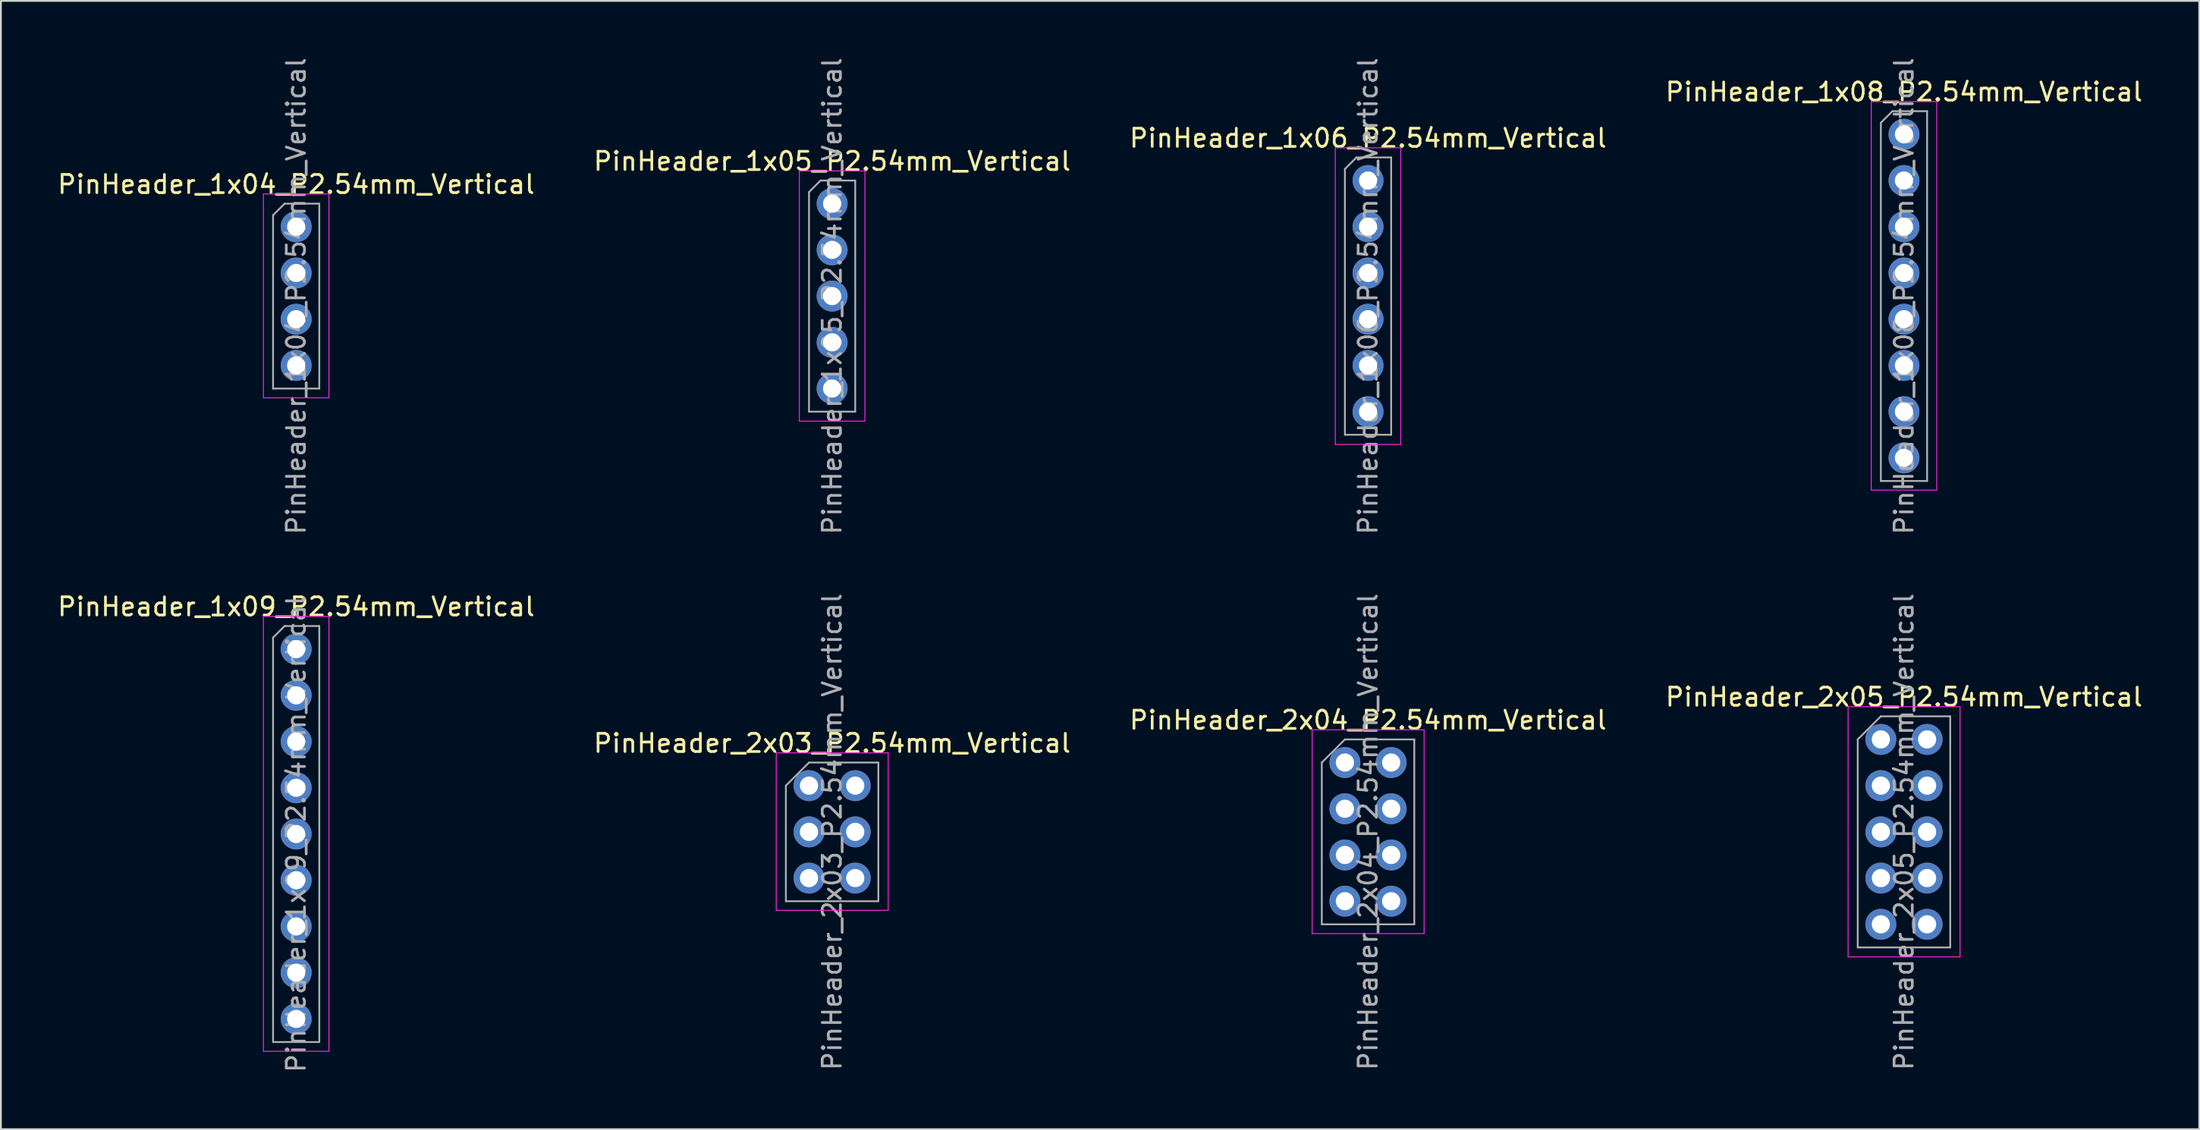
<source format=kicad_pcb>
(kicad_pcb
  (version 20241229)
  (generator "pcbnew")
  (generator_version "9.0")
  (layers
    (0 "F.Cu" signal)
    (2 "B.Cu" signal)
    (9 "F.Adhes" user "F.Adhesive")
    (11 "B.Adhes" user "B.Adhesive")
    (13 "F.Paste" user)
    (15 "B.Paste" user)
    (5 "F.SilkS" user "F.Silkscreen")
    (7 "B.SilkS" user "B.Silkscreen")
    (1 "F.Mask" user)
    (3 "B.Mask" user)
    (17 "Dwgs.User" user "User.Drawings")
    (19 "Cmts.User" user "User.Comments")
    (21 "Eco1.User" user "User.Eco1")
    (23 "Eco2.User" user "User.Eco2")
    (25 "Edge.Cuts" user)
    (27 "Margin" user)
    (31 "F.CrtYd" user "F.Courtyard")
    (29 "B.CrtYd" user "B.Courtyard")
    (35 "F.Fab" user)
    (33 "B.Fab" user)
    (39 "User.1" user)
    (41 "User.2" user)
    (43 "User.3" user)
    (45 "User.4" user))
  (footprint "PinHeader_2x05_P2.54mm_Vertical"
    (layer "F.Cu")
    (at 100.272 37.581)
    (property "Reference" "PinHeader_2x05_P2.54mm_Vertical" (at 1.27 -2.33 0) (layer "F.SilkS") (effects (font (size 1 1) (thickness 0.15))))
    (attr through_hole)
    (fp_line (start -1.8 -1.8) (end -1.8 11.95) (stroke (width 0.05) (type solid)) (layer "F.CrtYd"))
    (fp_line (start -1.8 11.95) (end 4.35 11.95) (stroke (width 0.05) (type solid)) (layer "F.CrtYd"))
    (fp_line (start 4.35 -1.8) (end -1.8 -1.8) (stroke (width 0.05) (type solid)) (layer "F.CrtYd"))
    (fp_line (start 4.35 11.95) (end 4.35 -1.8) (stroke (width 0.05) (type solid)) (layer "F.CrtYd"))
    (fp_line (start -1.27 0) (end 0 -1.27) (stroke (width 0.1) (type solid)) (layer "F.Fab"))
    (fp_line (start -1.27 11.43) (end -1.27 0) (stroke (width 0.1) (type solid)) (layer "F.Fab"))
    (fp_line (start 0 -1.27) (end 3.81 -1.27) (stroke (width 0.1) (type solid)) (layer "F.Fab"))
    (fp_line (start 3.81 -1.27) (end 3.81 11.43) (stroke (width 0.1) (type solid)) (layer "F.Fab"))
    (fp_line (start 3.81 11.43) (end -1.27 11.43) (stroke (width 0.1) (type solid)) (layer "F.Fab"))
    (fp_text user "${REFERENCE}" (at 1.27 5.08 90) (layer "F.Fab") (effects (font (size 1 1) (thickness 0.15))))
    (pad "1" thru_hole circle (at 0 0) (size 1.7 1.7) (drill 1) (layers "*.Cu" "*.Mask"))
    (pad "2" thru_hole oval (at 2.54 0) (size 1.7 1.7) (drill 1) (layers "*.Cu" "*.Mask"))
    (pad "3" thru_hole oval (at 0 2.54) (size 1.7 1.7) (drill 1) (layers "*.Cu" "*.Mask"))
    (pad "4" thru_hole oval (at 2.54 2.54) (size 1.7 1.7) (drill 1) (layers "*.Cu" "*.Mask"))
    (pad "5" thru_hole oval (at 0 5.08) (size 1.7 1.7) (drill 1) (layers "*.Cu" "*.Mask"))
    (pad "6" thru_hole oval (at 2.54 5.08) (size 1.7 1.7) (drill 1) (layers "*.Cu" "*.Mask"))
    (pad "7" thru_hole oval (at 0 7.62) (size 1.7 1.7) (drill 1) (layers "*.Cu" "*.Mask"))
    (pad "8" thru_hole oval (at 2.54 7.62) (size 1.7 1.7) (drill 1) (layers "*.Cu" "*.Mask"))
    (pad "9" thru_hole oval (at 0 10.16) (size 1.7 1.7) (drill 1) (layers "*.Cu" "*.Mask"))
    (pad "10" thru_hole oval (at 2.54 10.16) (size 1.7 1.7) (drill 1) (layers "*.Cu" "*.Mask")))
  (footprint "PinHeader_1x06_P2.54mm_Vertical"
    (layer "F.Cu")
    (at 72.101 6.87)
    (property "Reference" "PinHeader_1x06_P2.54mm_Vertical" (at 0 -2.33 0) (layer "F.SilkS") (effects (font (size 1 1) (thickness 0.15))))
    (attr through_hole)
    (fp_line (start -1.8 -1.8) (end -1.8 14.5) (stroke (width 0.05) (type solid)) (layer "F.CrtYd"))
    (fp_line (start -1.8 14.5) (end 1.8 14.5) (stroke (width 0.05) (type solid)) (layer "F.CrtYd"))
    (fp_line (start 1.8 -1.8) (end -1.8 -1.8) (stroke (width 0.05) (type solid)) (layer "F.CrtYd"))
    (fp_line (start 1.8 14.5) (end 1.8 -1.8) (stroke (width 0.05) (type solid)) (layer "F.CrtYd"))
    (fp_line (start -1.27 -0.635) (end -0.635 -1.27) (stroke (width 0.1) (type solid)) (layer "F.Fab"))
    (fp_line (start -1.27 13.97) (end -1.27 -0.635) (stroke (width 0.1) (type solid)) (layer "F.Fab"))
    (fp_line (start -0.635 -1.27) (end 1.27 -1.27) (stroke (width 0.1) (type solid)) (layer "F.Fab"))
    (fp_line (start 1.27 -1.27) (end 1.27 13.97) (stroke (width 0.1) (type solid)) (layer "F.Fab"))
    (fp_line (start 1.27 13.97) (end -1.27 13.97) (stroke (width 0.1) (type solid)) (layer "F.Fab"))
    (fp_text user "${REFERENCE}" (at 0 6.35 90) (layer "F.Fab") (effects (font (size 1 1) (thickness 0.15))))
    (pad "1" thru_hole circle (at 0 0) (size 1.7 1.7) (drill 1) (layers "*.Cu" "*.Mask"))
    (pad "2" thru_hole oval (at 0 2.54) (size 1.7 1.7) (drill 1) (layers "*.Cu" "*.Mask"))
    (pad "3" thru_hole oval (at 0 5.08) (size 1.7 1.7) (drill 1) (layers "*.Cu" "*.Mask"))
    (pad "4" thru_hole oval (at 0 7.62) (size 1.7 1.7) (drill 1) (layers "*.Cu" "*.Mask"))
    (pad "5" thru_hole oval (at 0 10.16) (size 1.7 1.7) (drill 1) (layers "*.Cu" "*.Mask"))
    (pad "6" thru_hole oval (at 0 12.7) (size 1.7 1.7) (drill 1) (layers "*.Cu" "*.Mask")))
  (footprint "PinHeader_1x05_P2.54mm_Vertical"
    (layer "F.Cu")
    (at 42.661 8.14)
    (property "Reference" "PinHeader_1x05_P2.54mm_Vertical" (at 0 -2.33 0) (layer "F.SilkS") (effects (font (size 1 1) (thickness 0.15))))
    (attr through_hole)
    (fp_line (start -1.8 -1.8) (end -1.8 11.95) (stroke (width 0.05) (type solid)) (layer "F.CrtYd"))
    (fp_line (start -1.8 11.95) (end 1.8 11.95) (stroke (width 0.05) (type solid)) (layer "F.CrtYd"))
    (fp_line (start 1.8 -1.8) (end -1.8 -1.8) (stroke (width 0.05) (type solid)) (layer "F.CrtYd"))
    (fp_line (start 1.8 11.95) (end 1.8 -1.8) (stroke (width 0.05) (type solid)) (layer "F.CrtYd"))
    (fp_line (start -1.27 -0.635) (end -0.635 -1.27) (stroke (width 0.1) (type solid)) (layer "F.Fab"))
    (fp_line (start -1.27 11.43) (end -1.27 -0.635) (stroke (width 0.1) (type solid)) (layer "F.Fab"))
    (fp_line (start -0.635 -1.27) (end 1.27 -1.27) (stroke (width 0.1) (type solid)) (layer "F.Fab"))
    (fp_line (start 1.27 -1.27) (end 1.27 11.43) (stroke (width 0.1) (type solid)) (layer "F.Fab"))
    (fp_line (start 1.27 11.43) (end -1.27 11.43) (stroke (width 0.1) (type solid)) (layer "F.Fab"))
    (fp_text user "${REFERENCE}" (at 0 5.08 90) (layer "F.Fab") (effects (font (size 1 1) (thickness 0.15))))
    (pad "1" thru_hole circle (at 0 0) (size 1.7 1.7) (drill 1) (layers "*.Cu" "*.Mask"))
    (pad "2" thru_hole oval (at 0 2.54) (size 1.7 1.7) (drill 1) (layers "*.Cu" "*.Mask"))
    (pad "3" thru_hole oval (at 0 5.08) (size 1.7 1.7) (drill 1) (layers "*.Cu" "*.Mask"))
    (pad "4" thru_hole oval (at 0 7.62) (size 1.7 1.7) (drill 1) (layers "*.Cu" "*.Mask"))
    (pad "5" thru_hole oval (at 0 10.16) (size 1.7 1.7) (drill 1) (layers "*.Cu" "*.Mask")))
  (footprint "PinHeader_1x09_P2.54mm_Vertical"
    (layer "F.Cu")
    (at 13.22 32.619)
    (property "Reference" "PinHeader_1x09_P2.54mm_Vertical" (at 0 -2.33 0) (layer "F.SilkS") (effects (font (size 1 1) (thickness 0.15))))
    (attr through_hole)
    (fp_line (start -1.8 -1.8) (end -1.8 22.1) (stroke (width 0.05) (type solid)) (layer "F.CrtYd"))
    (fp_line (start -1.8 22.1) (end 1.8 22.1) (stroke (width 0.05) (type solid)) (layer "F.CrtYd"))
    (fp_line (start 1.8 -1.8) (end -1.8 -1.8) (stroke (width 0.05) (type solid)) (layer "F.CrtYd"))
    (fp_line (start 1.8 22.1) (end 1.8 -1.8) (stroke (width 0.05) (type solid)) (layer "F.CrtYd"))
    (fp_line (start -1.27 -0.635) (end -0.635 -1.27) (stroke (width 0.1) (type solid)) (layer "F.Fab"))
    (fp_line (start -1.27 21.59) (end -1.27 -0.635) (stroke (width 0.1) (type solid)) (layer "F.Fab"))
    (fp_line (start -0.635 -1.27) (end 1.27 -1.27) (stroke (width 0.1) (type solid)) (layer "F.Fab"))
    (fp_line (start 1.27 -1.27) (end 1.27 21.59) (stroke (width 0.1) (type solid)) (layer "F.Fab"))
    (fp_line (start 1.27 21.59) (end -1.27 21.59) (stroke (width 0.1) (type solid)) (layer "F.Fab"))
    (fp_text user "${REFERENCE}" (at 0 10.16 90) (layer "F.Fab") (effects (font (size 1 1) (thickness 0.15))))
    (pad "1" thru_hole circle (at 0 0) (size 1.7 1.7) (drill 1) (layers "*.Cu" "*.Mask"))
    (pad "2" thru_hole oval (at 0 2.54) (size 1.7 1.7) (drill 1) (layers "*.Cu" "*.Mask"))
    (pad "3" thru_hole oval (at 0 5.08) (size 1.7 1.7) (drill 1) (layers "*.Cu" "*.Mask"))
    (pad "4" thru_hole oval (at 0 7.62) (size 1.7 1.7) (drill 1) (layers "*.Cu" "*.Mask"))
    (pad "5" thru_hole oval (at 0 10.16) (size 1.7 1.7) (drill 1) (layers "*.Cu" "*.Mask"))
    (pad "6" thru_hole oval (at 0 12.7) (size 1.7 1.7) (drill 1) (layers "*.Cu" "*.Mask"))
    (pad "7" thru_hole oval (at 0 15.24) (size 1.7 1.7) (drill 1) (layers "*.Cu" "*.Mask"))
    (pad "8" thru_hole oval (at 0 17.78) (size 1.7 1.7) (drill 1) (layers "*.Cu" "*.Mask"))
    (pad "9" thru_hole oval (at 0 20.32) (size 1.7 1.7) (drill 1) (layers "*.Cu" "*.Mask")))
  (footprint "PinHeader_1x04_P2.54mm_Vertical"
    (layer "F.Cu")
    (at 13.22 9.41)
    (property "Reference" "PinHeader_1x04_P2.54mm_Vertical" (at 0 -2.33 0) (layer "F.SilkS") (effects (font (size 1 1) (thickness 0.15))))
    (attr through_hole)
    (fp_line (start -1.8 -1.8) (end -1.8 9.4) (stroke (width 0.05) (type solid)) (layer "F.CrtYd"))
    (fp_line (start -1.8 9.4) (end 1.8 9.4) (stroke (width 0.05) (type solid)) (layer "F.CrtYd"))
    (fp_line (start 1.8 -1.8) (end -1.8 -1.8) (stroke (width 0.05) (type solid)) (layer "F.CrtYd"))
    (fp_line (start 1.8 9.4) (end 1.8 -1.8) (stroke (width 0.05) (type solid)) (layer "F.CrtYd"))
    (fp_line (start -1.27 -0.635) (end -0.635 -1.27) (stroke (width 0.1) (type solid)) (layer "F.Fab"))
    (fp_line (start -1.27 8.89) (end -1.27 -0.635) (stroke (width 0.1) (type solid)) (layer "F.Fab"))
    (fp_line (start -0.635 -1.27) (end 1.27 -1.27) (stroke (width 0.1) (type solid)) (layer "F.Fab"))
    (fp_line (start 1.27 -1.27) (end 1.27 8.89) (stroke (width 0.1) (type solid)) (layer "F.Fab"))
    (fp_line (start 1.27 8.89) (end -1.27 8.89) (stroke (width 0.1) (type solid)) (layer "F.Fab"))
    (fp_text user "${REFERENCE}" (at 0 3.81 90) (layer "F.Fab") (effects (font (size 1 1) (thickness 0.15))))
    (pad "1" thru_hole circle (at 0 0) (size 1.7 1.7) (drill 1) (layers "*.Cu" "*.Mask"))
    (pad "2" thru_hole oval (at 0 2.54) (size 1.7 1.7) (drill 1) (layers "*.Cu" "*.Mask"))
    (pad "3" thru_hole oval (at 0 5.08) (size 1.7 1.7) (drill 1) (layers "*.Cu" "*.Mask"))
    (pad "4" thru_hole oval (at 0 7.62) (size 1.7 1.7) (drill 1) (layers "*.Cu" "*.Mask")))
  (footprint "PinHeader_1x08_P2.54mm_Vertical"
    (layer "F.Cu")
    (at 101.542 4.33)
    (property "Reference" "PinHeader_1x08_P2.54mm_Vertical" (at 0 -2.33 0) (layer "F.SilkS") (effects (font (size 1 1) (thickness 0.15))))
    (attr through_hole)
    (fp_line (start -1.8 -1.8) (end -1.8 19.55) (stroke (width 0.05) (type solid)) (layer "F.CrtYd"))
    (fp_line (start -1.8 19.55) (end 1.8 19.55) (stroke (width 0.05) (type solid)) (layer "F.CrtYd"))
    (fp_line (start 1.8 -1.8) (end -1.8 -1.8) (stroke (width 0.05) (type solid)) (layer "F.CrtYd"))
    (fp_line (start 1.8 19.55) (end 1.8 -1.8) (stroke (width 0.05) (type solid)) (layer "F.CrtYd"))
    (fp_line (start -1.27 -0.635) (end -0.635 -1.27) (stroke (width 0.1) (type solid)) (layer "F.Fab"))
    (fp_line (start -1.27 19.05) (end -1.27 -0.635) (stroke (width 0.1) (type solid)) (layer "F.Fab"))
    (fp_line (start -0.635 -1.27) (end 1.27 -1.27) (stroke (width 0.1) (type solid)) (layer "F.Fab"))
    (fp_line (start 1.27 -1.27) (end 1.27 19.05) (stroke (width 0.1) (type solid)) (layer "F.Fab"))
    (fp_line (start 1.27 19.05) (end -1.27 19.05) (stroke (width 0.1) (type solid)) (layer "F.Fab"))
    (fp_text user "${REFERENCE}" (at 0 8.89 90) (layer "F.Fab") (effects (font (size 1 1) (thickness 0.15))))
    (pad "1" thru_hole circle (at 0 0) (size 1.7 1.7) (drill 1) (layers "*.Cu" "*.Mask"))
    (pad "2" thru_hole oval (at 0 2.54) (size 1.7 1.7) (drill 1) (layers "*.Cu" "*.Mask"))
    (pad "3" thru_hole oval (at 0 5.08) (size 1.7 1.7) (drill 1) (layers "*.Cu" "*.Mask"))
    (pad "4" thru_hole oval (at 0 7.62) (size 1.7 1.7) (drill 1) (layers "*.Cu" "*.Mask"))
    (pad "5" thru_hole oval (at 0 10.16) (size 1.7 1.7) (drill 1) (layers "*.Cu" "*.Mask"))
    (pad "6" thru_hole oval (at 0 12.7) (size 1.7 1.7) (drill 1) (layers "*.Cu" "*.Mask"))
    (pad "7" thru_hole oval (at 0 15.24) (size 1.7 1.7) (drill 1) (layers "*.Cu" "*.Mask"))
    (pad "8" thru_hole oval (at 0 17.78) (size 1.7 1.7) (drill 1) (layers "*.Cu" "*.Mask")))
  (footprint "PinHeader_2x03_P2.54mm_Vertical"
    (layer "F.Cu")
    (at 41.391 40.121)
    (property "Reference" "PinHeader_2x03_P2.54mm_Vertical" (at 1.27 -2.33 0) (layer "F.SilkS") (effects (font (size 1 1) (thickness 0.15))))
    (attr through_hole)
    (fp_line (start -1.8 -1.8) (end -1.8 6.85) (stroke (width 0.05) (type solid)) (layer "F.CrtYd"))
    (fp_line (start -1.8 6.85) (end 4.35 6.85) (stroke (width 0.05) (type solid)) (layer "F.CrtYd"))
    (fp_line (start 4.35 -1.8) (end -1.8 -1.8) (stroke (width 0.05) (type solid)) (layer "F.CrtYd"))
    (fp_line (start 4.35 6.85) (end 4.35 -1.8) (stroke (width 0.05) (type solid)) (layer "F.CrtYd"))
    (fp_line (start -1.27 0) (end 0 -1.27) (stroke (width 0.1) (type solid)) (layer "F.Fab"))
    (fp_line (start -1.27 6.35) (end -1.27 0) (stroke (width 0.1) (type solid)) (layer "F.Fab"))
    (fp_line (start 0 -1.27) (end 3.81 -1.27) (stroke (width 0.1) (type solid)) (layer "F.Fab"))
    (fp_line (start 3.81 -1.27) (end 3.81 6.35) (stroke (width 0.1) (type solid)) (layer "F.Fab"))
    (fp_line (start 3.81 6.35) (end -1.27 6.35) (stroke (width 0.1) (type solid)) (layer "F.Fab"))
    (fp_text user "${REFERENCE}" (at 1.27 2.54 90) (layer "F.Fab") (effects (font (size 1 1) (thickness 0.15))))
    (pad "1" thru_hole circle (at 0 0) (size 1.7 1.7) (drill 1) (layers "*.Cu" "*.Mask"))
    (pad "2" thru_hole oval (at 2.54 0) (size 1.7 1.7) (drill 1) (layers "*.Cu" "*.Mask"))
    (pad "3" thru_hole oval (at 0 2.54) (size 1.7 1.7) (drill 1) (layers "*.Cu" "*.Mask"))
    (pad "4" thru_hole oval (at 2.54 2.54) (size 1.7 1.7) (drill 1) (layers "*.Cu" "*.Mask"))
    (pad "5" thru_hole oval (at 0 5.08) (size 1.7 1.7) (drill 1) (layers "*.Cu" "*.Mask"))
    (pad "6" thru_hole oval (at 2.54 5.08) (size 1.7 1.7) (drill 1) (layers "*.Cu" "*.Mask")))
  (footprint "PinHeader_2x04_P2.54mm_Vertical"
    (layer "F.Cu")
    (at 70.831 38.851)
    (property "Reference" "PinHeader_2x04_P2.54mm_Vertical" (at 1.27 -2.33 0) (layer "F.SilkS") (effects (font (size 1 1) (thickness 0.15))))
    (attr through_hole)
    (fp_line (start -1.8 -1.8) (end -1.8 9.4) (stroke (width 0.05) (type solid)) (layer "F.CrtYd"))
    (fp_line (start -1.8 9.4) (end 4.35 9.4) (stroke (width 0.05) (type solid)) (layer "F.CrtYd"))
    (fp_line (start 4.35 -1.8) (end -1.8 -1.8) (stroke (width 0.05) (type solid)) (layer "F.CrtYd"))
    (fp_line (start 4.35 9.4) (end 4.35 -1.8) (stroke (width 0.05) (type solid)) (layer "F.CrtYd"))
    (fp_line (start -1.27 0) (end 0 -1.27) (stroke (width 0.1) (type solid)) (layer "F.Fab"))
    (fp_line (start -1.27 8.89) (end -1.27 0) (stroke (width 0.1) (type solid)) (layer "F.Fab"))
    (fp_line (start 0 -1.27) (end 3.81 -1.27) (stroke (width 0.1) (type solid)) (layer "F.Fab"))
    (fp_line (start 3.81 -1.27) (end 3.81 8.89) (stroke (width 0.1) (type solid)) (layer "F.Fab"))
    (fp_line (start 3.81 8.89) (end -1.27 8.89) (stroke (width 0.1) (type solid)) (layer "F.Fab"))
    (fp_text user "${REFERENCE}" (at 1.27 3.81 90) (layer "F.Fab") (effects (font (size 1 1) (thickness 0.15))))
    (pad "1" thru_hole circle (at 0 0) (size 1.7 1.7) (drill 1) (layers "*.Cu" "*.Mask"))
    (pad "2" thru_hole oval (at 2.54 0) (size 1.7 1.7) (drill 1) (layers "*.Cu" "*.Mask"))
    (pad "3" thru_hole oval (at 0 2.54) (size 1.7 1.7) (drill 1) (layers "*.Cu" "*.Mask"))
    (pad "4" thru_hole oval (at 2.54 2.54) (size 1.7 1.7) (drill 1) (layers "*.Cu" "*.Mask"))
    (pad "5" thru_hole oval (at 0 5.08) (size 1.7 1.7) (drill 1) (layers "*.Cu" "*.Mask"))
    (pad "6" thru_hole oval (at 2.54 5.08) (size 1.7 1.7) (drill 1) (layers "*.Cu" "*.Mask"))
    (pad "7" thru_hole oval (at 0 7.62) (size 1.7 1.7) (drill 1) (layers "*.Cu" "*.Mask"))
    (pad "8" thru_hole oval (at 2.54 7.62) (size 1.7 1.7) (drill 1) (layers "*.Cu" "*.Mask")))
  (gr_rect
    (start -3 -3)
    (end 117.762 58.999)
    (stroke (width 0.1) (type default))
    (fill no)
    (layer "Edge.Cuts")))
</source>
